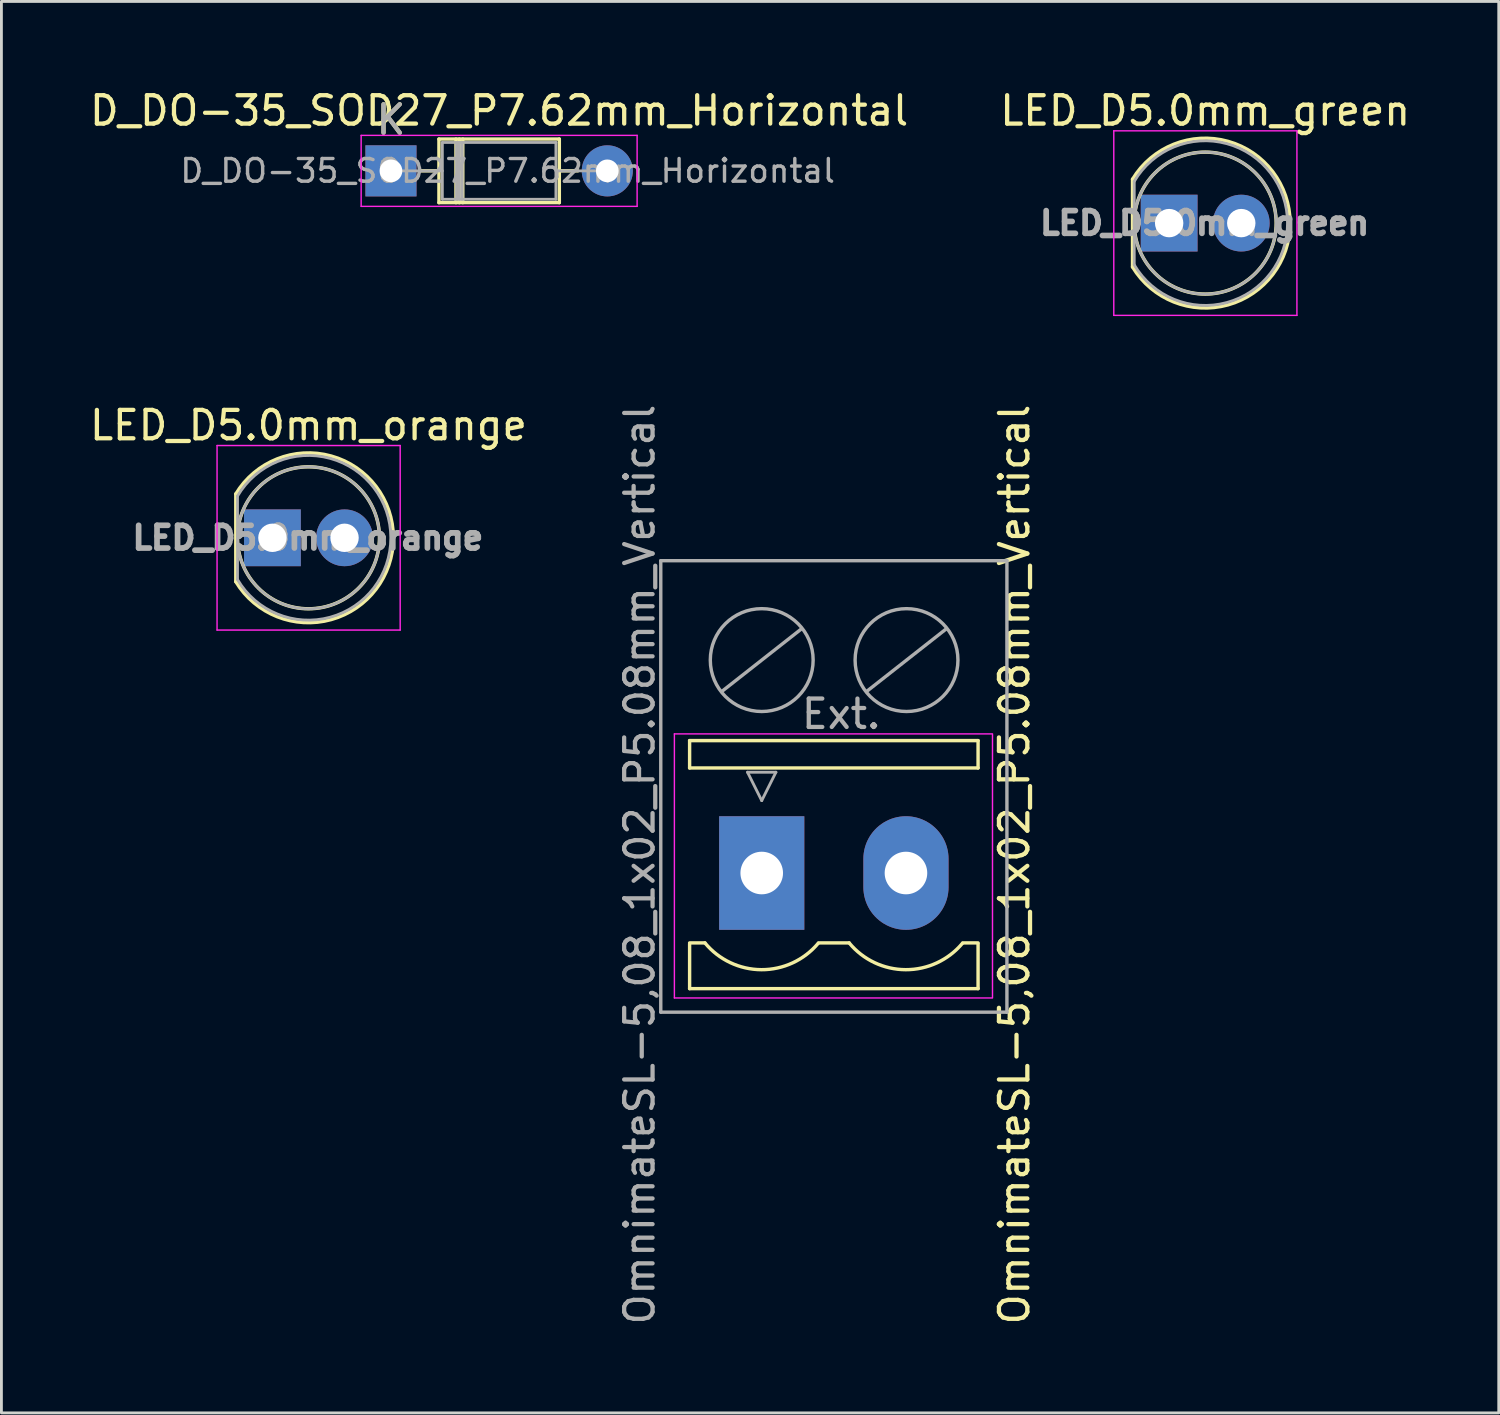
<source format=kicad_pcb>
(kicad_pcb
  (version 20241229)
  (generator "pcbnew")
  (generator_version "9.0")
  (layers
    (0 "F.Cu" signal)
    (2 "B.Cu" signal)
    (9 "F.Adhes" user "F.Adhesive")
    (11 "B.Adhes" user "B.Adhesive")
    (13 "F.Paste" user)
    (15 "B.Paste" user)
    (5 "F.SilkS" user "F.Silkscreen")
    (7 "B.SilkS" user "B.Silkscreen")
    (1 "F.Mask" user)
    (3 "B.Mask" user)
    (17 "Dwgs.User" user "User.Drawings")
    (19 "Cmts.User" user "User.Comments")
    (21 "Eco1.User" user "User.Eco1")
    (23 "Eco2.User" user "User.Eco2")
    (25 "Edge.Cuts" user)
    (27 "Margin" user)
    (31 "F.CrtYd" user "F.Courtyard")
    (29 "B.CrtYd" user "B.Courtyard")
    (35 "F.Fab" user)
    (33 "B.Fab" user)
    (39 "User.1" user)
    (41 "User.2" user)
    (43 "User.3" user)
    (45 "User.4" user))
  (footprint "OmnimateSL-5,08_1x02_P5.08mm_Vertical"
    (layer "F.Cu")
    (at 23.779 27.699)
    (property "Reference" "OmnimateSL-5,08_1x02_P5.08mm_Vertical" (at 8.9 -0.3 90) (layer "F.SilkS") (effects (font (size 1 1) (thickness 0.15))))
    (attr through_hole)
    (fp_line (start -2.54 -4.664) (end 7.62 -4.664) (stroke (width 0.12) (type solid)) (layer "F.SilkS"))
    (fp_line (start -2.54 -3.7) (end -2.54 -4.664) (stroke (width 0.12) (type solid)) (layer "F.SilkS"))
    (fp_line (start -2.54 -3.7) (end 7.62 -3.7) (stroke (width 0.12) (type solid)) (layer "F.SilkS"))
    (fp_line (start -2.54 4.072) (end -2.54 2.497) (stroke (width 0.12) (type solid)) (layer "F.SilkS"))
    (fp_line (start -2.54 4.072) (end 7.62 4.072) (stroke (width 0.12) (type solid)) (layer "F.SilkS"))
    (fp_line (start -2 2.462) (end -2.54 2.462) (stroke (width 0.12) (type solid)) (layer "F.SilkS"))
    (fp_line (start 2 2.462) (end 3.08 2.462) (stroke (width 0.12) (type solid)) (layer "F.SilkS"))
    (fp_line (start 7.62 -3.7) (end 7.62 -4.664) (stroke (width 0.12) (type solid)) (layer "F.SilkS"))
    (fp_line (start 7.62 2.462) (end 7.08 2.462) (stroke (width 0.12) (type solid)) (layer "F.SilkS"))
    (fp_line (start 7.62 4.072) (end 7.62 2.497) (stroke (width 0.12) (type solid)) (layer "F.SilkS"))
    (fp_arc (start 1.986842 2.477821) (mid -0.010289 3.404758) (end -2 2.462) (stroke (width 0.12) (type solid)) (layer "F.SilkS"))
    (fp_arc (start 7.066842 2.477821) (mid 5.069711 3.404758) (end 3.08 2.462) (stroke (width 0.12) (type solid)) (layer "F.SilkS"))
    (fp_line (start -3.076 -4.9) (end 8.1 -4.9) (stroke (width 0.05) (type solid)) (layer "F.CrtYd"))
    (fp_line (start -3.076 4.4) (end -3.076 -4.9) (stroke (width 0.05) (type solid)) (layer "F.CrtYd"))
    (fp_line (start 8.1 4.4) (end -3.076 4.4) (stroke (width 0.05) (type solid)) (layer "F.CrtYd"))
    (fp_line (start 8.128 -4.9) (end 8.128 4.4) (stroke (width 0.05) (type solid)) (layer "F.CrtYd"))
    (fp_line (start -3.556 -11) (end 8.636 -11) (stroke (width 0.12) (type solid)) (layer "F.Fab"))
    (fp_line (start -3.556 4.9) (end -3.556 -11) (stroke (width 0.12) (type solid)) (layer "F.Fab"))
    (fp_line (start -1.4 -6.4) (end 1.4 -8.6) (stroke (width 0.12) (type solid)) (layer "F.Fab"))
    (fp_line (start -0.5 -3.55) (end 0.5 -3.55) (stroke (width 0.1) (type solid)) (layer "F.Fab"))
    (fp_line (start 0 -2.55) (end -0.5 -3.55) (stroke (width 0.1) (type solid)) (layer "F.Fab"))
    (fp_line (start 0.5 -3.55) (end 0 -2.55) (stroke (width 0.1) (type solid)) (layer "F.Fab"))
    (fp_line (start 3.7 -6.4) (end 6.5 -8.6) (stroke (width 0.12) (type solid)) (layer "F.Fab"))
    (fp_line (start 8.636 -11) (end 8.636 4.9) (stroke (width 0.12) (type solid)) (layer "F.Fab"))
    (fp_line (start 8.636 4.9) (end -3.556 4.9) (stroke (width 0.12) (type solid)) (layer "F.Fab"))
    (fp_circle (center 0 -7.5) (end 1.8 -7.3) (stroke (width 0.12) (type solid)) (fill no) (layer "F.Fab"))
    (fp_circle (center 5.1 -7.5) (end 6.9 -7.3) (stroke (width 0.12) (type solid)) (fill no) (layer "F.Fab"))
    (fp_text user "Ext." (at 2.8 -5.6 180) (layer "F.Fab") (effects (font (size 1 1) (thickness 0.15))))
    (fp_text user "${REFERENCE}" (at -4.3 -0.3 90) (layer "F.Fab") (effects (font (size 1 1) (thickness 0.15))))
    (pad "1" thru_hole rect (at 0 0) (size 3 4) (drill 1.5) (layers "*.Cu" "*.Mask"))
    (pad "2" thru_hole oval (at 5.08 0) (size 3 4) (drill 1.5) (layers "*.Cu" "*.Mask")))
  (footprint "LED_D5.0mm_green"
    (layer "F.Cu")
    (at 38.129 4.808)
    (property "Reference" "LED_D5.0mm_green" (at 1.27 -3.96 0) (layer "F.SilkS") (effects (font (size 1 1) (thickness 0.15))))
    (attr through_hole)
    (fp_line (start -1.29 -1.545) (end -1.29 1.545) (stroke (width 0.12) (type solid)) (layer "F.SilkS"))
    (fp_arc (start -1.29 -1.54483) (mid 2.072002 -2.880433) (end 4.26 0.000462) (stroke (width 0.12) (type solid)) (layer "F.SilkS"))
    (fp_arc (start 4.26 -0.000462) (mid 2.072002 2.880433) (end -1.29 1.54483) (stroke (width 0.12) (type solid)) (layer "F.SilkS"))
    (fp_circle (center 1.27 0) (end 3.77 0) (stroke (width 0.12) (type solid)) (fill no) (layer "F.SilkS"))
    (fp_line (start -1.95 -3.25) (end -1.95 3.25) (stroke (width 0.05) (type solid)) (layer "F.CrtYd"))
    (fp_line (start -1.95 3.25) (end 4.5 3.25) (stroke (width 0.05) (type solid)) (layer "F.CrtYd"))
    (fp_line (start 4.5 -3.25) (end -1.95 -3.25) (stroke (width 0.05) (type solid)) (layer "F.CrtYd"))
    (fp_line (start 4.5 3.25) (end 4.5 -3.25) (stroke (width 0.05) (type solid)) (layer "F.CrtYd"))
    (fp_line (start -1.23 -1.47) (end -1.23 1.47) (stroke (width 0.1) (type solid)) (layer "F.Fab"))
    (fp_arc (start -1.23 -1.469694) (mid 4.17 0.000016) (end -1.230016 1.469666) (stroke (width 0.1) (type solid)) (layer "F.Fab"))
    (fp_circle (center 1.27 0) (end 3.77 0) (stroke (width 0.1) (type solid)) (fill no) (layer "F.Fab"))
    (fp_text user "${REFERENCE}" (at 1.25 0 0) (layer "F.Fab") (effects (font (size 0.8 0.8) (thickness 0.2))))
    (pad "1" thru_hole rect (at 0 0) (size 2 2) (drill 1) (layers "*.Cu" "*.Mask"))
    (pad "2" thru_hole circle (at 2.54 0) (size 2 2) (drill 1) (layers "*.Cu" "*.Mask")))
  (footprint "LED_D5.0mm_orange"
    (layer "F.Cu")
    (at 6.545 15.892)
    (property "Reference" "LED_D5.0mm_orange" (at 1.27 -3.96 0) (layer "F.SilkS") (effects (font (size 1 1) (thickness 0.15))))
    (attr through_hole)
    (fp_line (start -1.29 -1.545) (end -1.29 1.545) (stroke (width 0.12) (type solid)) (layer "F.SilkS"))
    (fp_arc (start -1.29 -1.54483) (mid 2.072002 -2.880433) (end 4.26 0.000462) (stroke (width 0.12) (type solid)) (layer "F.SilkS"))
    (fp_arc (start 4.26 -0.000462) (mid 2.072002 2.880433) (end -1.29 1.54483) (stroke (width 0.12) (type solid)) (layer "F.SilkS"))
    (fp_circle (center 1.27 0) (end 3.77 0) (stroke (width 0.12) (type solid)) (fill no) (layer "F.SilkS"))
    (fp_line (start -1.95 -3.25) (end -1.95 3.25) (stroke (width 0.05) (type solid)) (layer "F.CrtYd"))
    (fp_line (start -1.95 3.25) (end 4.5 3.25) (stroke (width 0.05) (type solid)) (layer "F.CrtYd"))
    (fp_line (start 4.5 -3.25) (end -1.95 -3.25) (stroke (width 0.05) (type solid)) (layer "F.CrtYd"))
    (fp_line (start 4.5 3.25) (end 4.5 -3.25) (stroke (width 0.05) (type solid)) (layer "F.CrtYd"))
    (fp_line (start -1.23 -1.47) (end -1.23 1.47) (stroke (width 0.1) (type solid)) (layer "F.Fab"))
    (fp_arc (start -1.23 -1.469694) (mid 4.17 0.000016) (end -1.230016 1.469666) (stroke (width 0.1) (type solid)) (layer "F.Fab"))
    (fp_circle (center 1.27 0) (end 3.77 0) (stroke (width 0.1) (type solid)) (fill no) (layer "F.Fab"))
    (fp_text user "${REFERENCE}" (at 1.25 0 0) (layer "F.Fab") (effects (font (size 0.8 0.8) (thickness 0.2))))
    (pad "1" thru_hole rect (at 0 0) (size 2 2) (drill 1) (layers "*.Cu" "*.Mask"))
    (pad "2" thru_hole circle (at 2.54 0) (size 2 2) (drill 1) (layers "*.Cu" "*.Mask")))
  (footprint "D_DO-35_SOD27_P7.62mm_Horizontal"
    (layer "F.Cu")
    (at 10.72 2.968)
    (property "Reference" "D_DO-35_SOD27_P7.62mm_Horizontal" (at 3.81 -2.12 0) (layer "F.SilkS") (effects (font (size 1 1) (thickness 0.15))))
    (attr through_hole)
    (fp_line (start 1.04 0) (end 1.69 0) (stroke (width 0.12) (type solid)) (layer "F.SilkS"))
    (fp_line (start 1.69 -1.12) (end 1.69 1.12) (stroke (width 0.12) (type solid)) (layer "F.SilkS"))
    (fp_line (start 1.69 1.12) (end 5.93 1.12) (stroke (width 0.12) (type solid)) (layer "F.SilkS"))
    (fp_line (start 2.29 -1.12) (end 2.29 1.12) (stroke (width 0.12) (type solid)) (layer "F.SilkS"))
    (fp_line (start 2.41 -1.12) (end 2.41 1.12) (stroke (width 0.12) (type solid)) (layer "F.SilkS"))
    (fp_line (start 2.53 -1.12) (end 2.53 1.12) (stroke (width 0.12) (type solid)) (layer "F.SilkS"))
    (fp_line (start 5.93 -1.12) (end 1.69 -1.12) (stroke (width 0.12) (type solid)) (layer "F.SilkS"))
    (fp_line (start 5.93 1.12) (end 5.93 -1.12) (stroke (width 0.12) (type solid)) (layer "F.SilkS"))
    (fp_line (start 6.58 0) (end 5.93 0) (stroke (width 0.12) (type solid)) (layer "F.SilkS"))
    (fp_line (start -1.05 -1.25) (end -1.05 1.25) (stroke (width 0.05) (type solid)) (layer "F.CrtYd"))
    (fp_line (start -1.05 1.25) (end 8.67 1.25) (stroke (width 0.05) (type solid)) (layer "F.CrtYd"))
    (fp_line (start 8.67 -1.25) (end -1.05 -1.25) (stroke (width 0.05) (type solid)) (layer "F.CrtYd"))
    (fp_line (start 8.67 1.25) (end 8.67 -1.25) (stroke (width 0.05) (type solid)) (layer "F.CrtYd"))
    (fp_line (start 0 0) (end 1.81 0) (stroke (width 0.1) (type solid)) (layer "F.Fab"))
    (fp_line (start 1.81 -1) (end 1.81 1) (stroke (width 0.1) (type solid)) (layer "F.Fab"))
    (fp_line (start 1.81 1) (end 5.81 1) (stroke (width 0.1) (type solid)) (layer "F.Fab"))
    (fp_line (start 2.31 -1) (end 2.31 1) (stroke (width 0.1) (type solid)) (layer "F.Fab"))
    (fp_line (start 2.41 -1) (end 2.41 1) (stroke (width 0.1) (type solid)) (layer "F.Fab"))
    (fp_line (start 2.51 -1) (end 2.51 1) (stroke (width 0.1) (type solid)) (layer "F.Fab"))
    (fp_line (start 5.81 -1) (end 1.81 -1) (stroke (width 0.1) (type solid)) (layer "F.Fab"))
    (fp_line (start 5.81 1) (end 5.81 -1) (stroke (width 0.1) (type solid)) (layer "F.Fab"))
    (fp_line (start 7.62 0) (end 5.81 0) (stroke (width 0.1) (type solid)) (layer "F.Fab"))
    (fp_text user "K" (at 0 -1.8 0) (layer "F.SilkS") (effects (font (size 1 1) (thickness 0.15))))
    (fp_text user "${REFERENCE}" (at 4.11 0 0) (layer "F.Fab") (effects (font (size 0.8 0.8) (thickness 0.12))))
    (fp_text user "K" (at 0 -1.8 0) (layer "F.Fab") (effects (font (size 1 1) (thickness 0.15))))
    (pad "1" thru_hole rect (at 0 0) (size 1.8 1.8) (drill 0.8) (layers "*.Cu" "*.Mask"))
    (pad "2" thru_hole oval (at 7.62 0) (size 1.8 1.8) (drill 0.8) (layers "*.Cu" "*.Mask")))
  (gr_rect
    (start -3 -3)
    (end 49.738 46.714)
    (stroke (width 0.1) (type default))
    (fill no)
    (layer "Edge.Cuts")))
</source>
